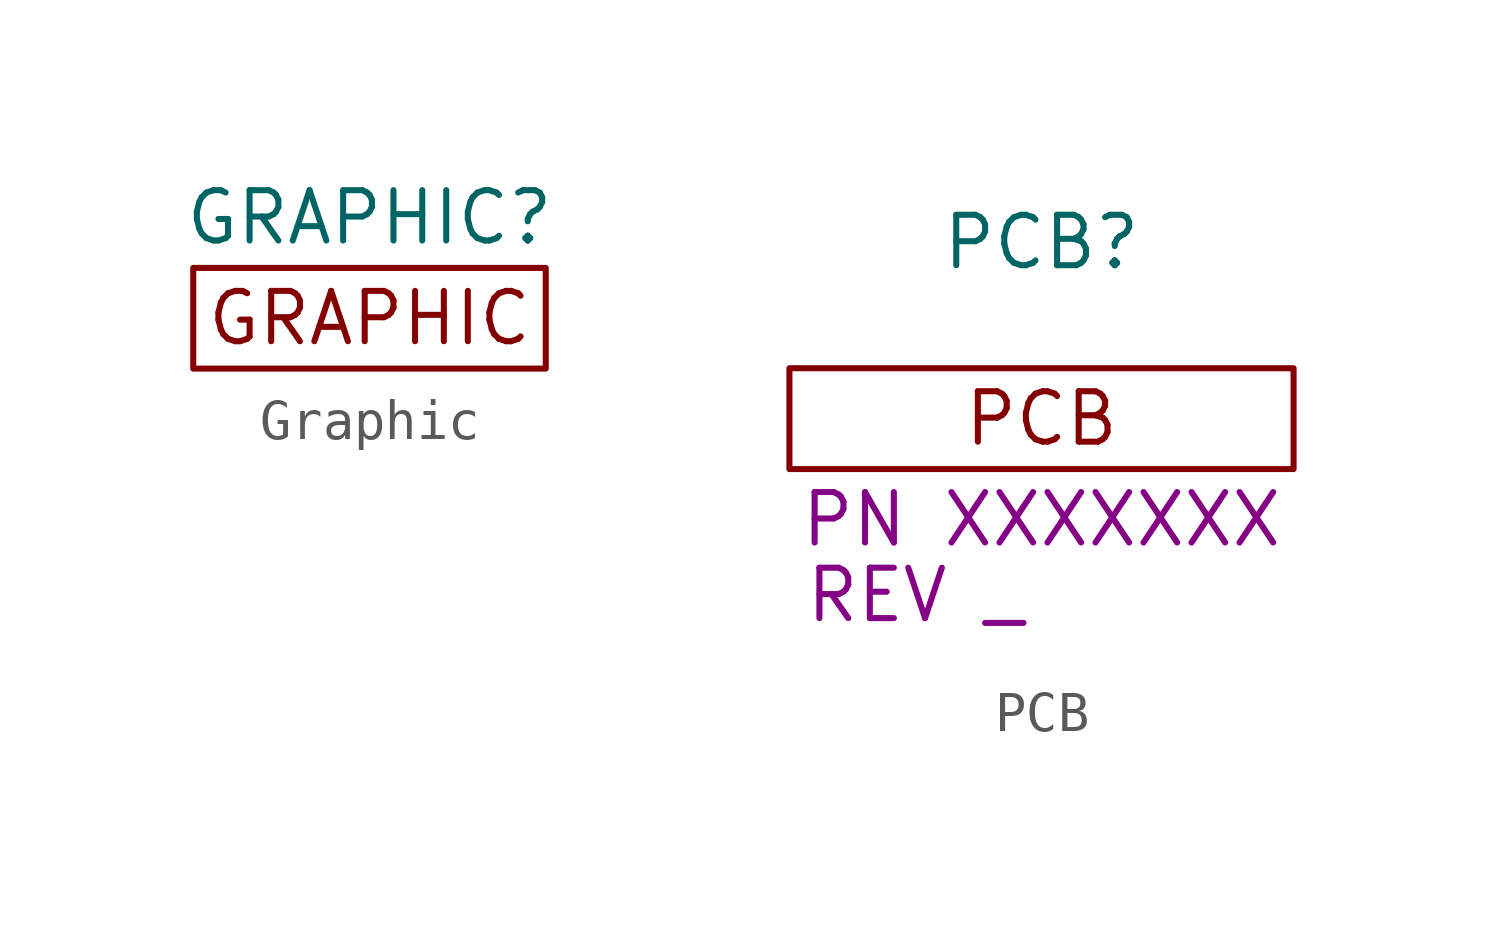
<source format=kicad_sym>
(kicad_symbol_lib
  (version 20211014)
  (generator kicad_symbol_editor)
  (symbol "Graphic"
    (pin_numbers hide)
    (pin_names
      (offset 0) hide)
    (property "Reference" "GRAPHIC"
      (at 0 2.54 0)
      (effects (font (size 1.27 1.27))))
    (symbol "Graphic_0_0"
      (rectangle (start -4.445 1.27) (end 4.445 -1.27) (stroke (width 0) (type default) (color 0 0 0 0)) (fill (type none)))
      (text "GRAPHIC" (at 0 0 0) (effects (font (size 1.27 1.27))))))
  (symbol "PCB"
    (pin_numbers hide)
    (pin_names
      (offset 0) hide)
    (property "Reference" "PCB"
      (at 0 4.445 0)
      (effects (font (size 1.27 1.27))))
    (property "MPN" "PN XXXXXXX"
      (at 0 -2.54 0)
      (effects (font (size 1.27 1.27))))
    (property "REV" "REV _"
      (at -3.175 -4.445 0)
      (effects (font (size 1.27 1.27))))
    (symbol "PCB_0_0"
      (rectangle (start -6.35 1.27) (end 6.35 -1.27) (stroke (width 0) (type default) (color 0 0 0 0)) (fill (type none)))
      (text "PCB" (at 0 0 0) (effects (font (size 1.27 1.27)))))))
</source>
